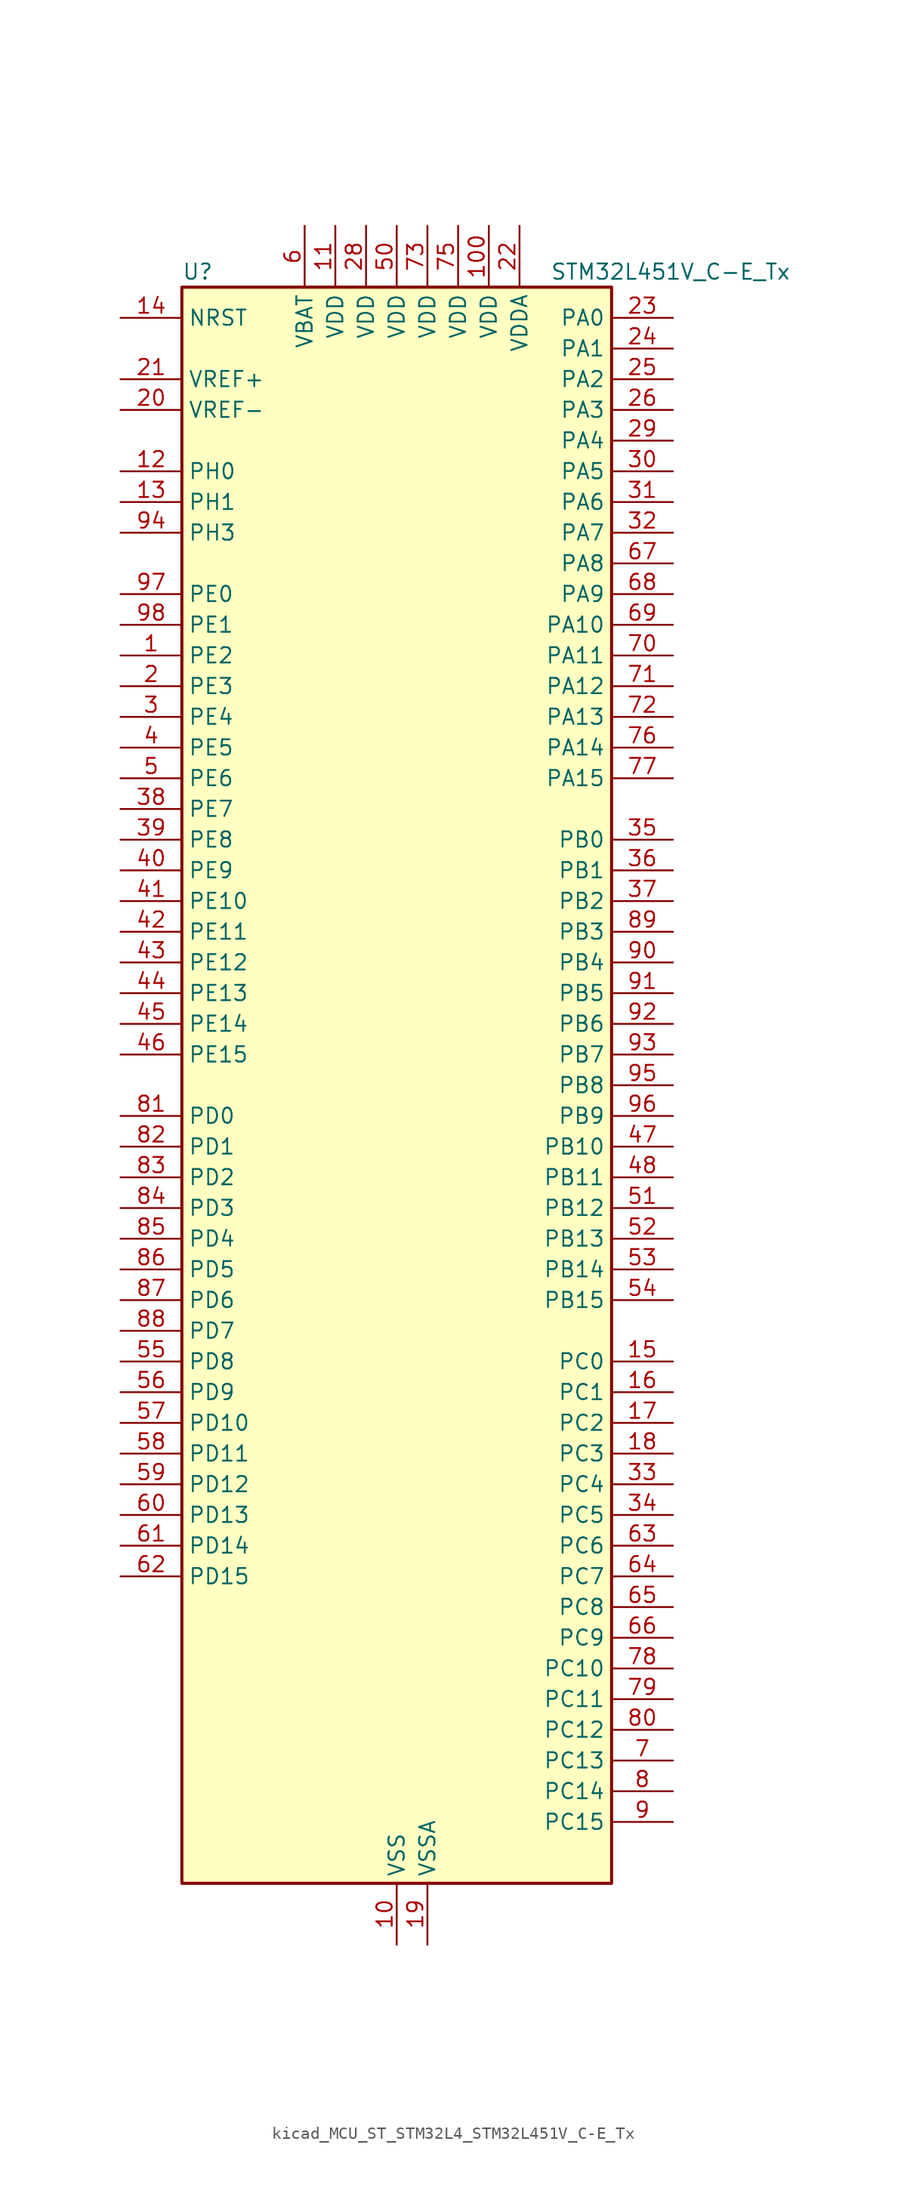
<source format=kicad_sym>
(kicad_symbol_lib
  (version 20220914)
  (generator kicad_symbol_editor)
  (symbol "kicad_MCU_ST_STM32L4_STM32L451V_C-E_Tx"
    (property "Reference" "U"
      (at -17.78 67.31 0)
      (effects (font (size 1.27 1.27)) (justify left)))
    (property "Value" "STM32L451V_C-E_Tx"
      (at 12.7 67.31 0)
      (effects (font (size 1.27 1.27)) (justify left)))
    (property "ki_locked" ""
      (at 0 0 0)
      (effects (font (size 1.27 1.27))))
    (symbol "kicad_MCU_ST_STM32L4_STM32L451V_C-E_Tx_0_1"
      (rectangle (start -17.78 -66.04) (end 17.78 66.04) (stroke (width 0.254) (type default)) (fill (type background))))
    (symbol "kicad_MCU_ST_STM32L4_STM32L451V_C-E_Tx_1_1"
      (pin bidirectional line (at -22.86 35.56 0) (length 5.08) (name "PE2" (effects (font (size 1.27 1.27)))) (number "1" (effects (font (size 1.27 1.27)))) (alternate "SAI1_MCLK_A" bidirectional line) (alternate "SYS_TRACECLK" bidirectional line) (alternate "TIM3_ETR" bidirectional line) (alternate "TSC_G7_IO1" bidirectional line))
      (pin power_in line (at 0 -71.12 90) (length 5.08) (name "VSS" (effects (font (size 1.27 1.27)))) (number "10" (effects (font (size 1.27 1.27)))))
      (pin power_in line (at 7.62 71.12 270) (length 5.08) (name "VDD" (effects (font (size 1.27 1.27)))) (number "100" (effects (font (size 1.27 1.27)))))
      (pin power_in line (at -5.08 71.12 270) (length 5.08) (name "VDD" (effects (font (size 1.27 1.27)))) (number "11" (effects (font (size 1.27 1.27)))))
      (pin bidirectional line (at -22.86 50.8 0) (length 5.08) (name "PH0" (effects (font (size 1.27 1.27)))) (number "12" (effects (font (size 1.27 1.27)))) (alternate "RCC_OSC_IN" bidirectional line))
      (pin bidirectional line (at -22.86 48.26 0) (length 5.08) (name "PH1" (effects (font (size 1.27 1.27)))) (number "13" (effects (font (size 1.27 1.27)))) (alternate "RCC_OSC_OUT" bidirectional line))
      (pin input line (at -22.86 63.5 0) (length 5.08) (name "NRST" (effects (font (size 1.27 1.27)))) (number "14" (effects (font (size 1.27 1.27)))))
      (pin bidirectional line (at 22.86 -22.86 180) (length 5.08) (name "PC0" (effects (font (size 1.27 1.27)))) (number "15" (effects (font (size 1.27 1.27)))) (alternate "ADC1_IN1" bidirectional line) (alternate "I2C3_SCL" bidirectional line) (alternate "I2C4_SCL" bidirectional line) (alternate "LPTIM1_IN1" bidirectional line) (alternate "LPTIM2_IN1" bidirectional line) (alternate "LPUART1_RX" bidirectional line))
      (pin bidirectional line (at 22.86 -25.4 180) (length 5.08) (name "PC1" (effects (font (size 1.27 1.27)))) (number "16" (effects (font (size 1.27 1.27)))) (alternate "ADC1_IN2" bidirectional line) (alternate "I2C3_SDA" bidirectional line) (alternate "I2C4_SDA" bidirectional line) (alternate "LPTIM1_OUT" bidirectional line) (alternate "LPUART1_TX" bidirectional line) (alternate "SYS_TRACED0" bidirectional line))
      (pin bidirectional line (at 22.86 -27.94 180) (length 5.08) (name "PC2" (effects (font (size 1.27 1.27)))) (number "17" (effects (font (size 1.27 1.27)))) (alternate "ADC1_IN3" bidirectional line) (alternate "DFSDM1_CKOUT" bidirectional line) (alternate "LPTIM1_IN2" bidirectional line) (alternate "SPI2_MISO" bidirectional line))
      (pin bidirectional line (at 22.86 -30.48 180) (length 5.08) (name "PC3" (effects (font (size 1.27 1.27)))) (number "18" (effects (font (size 1.27 1.27)))) (alternate "ADC1_IN4" bidirectional line) (alternate "LPTIM1_ETR" bidirectional line) (alternate "LPTIM2_ETR" bidirectional line) (alternate "SAI1_SD_A" bidirectional line) (alternate "SPI2_MOSI" bidirectional line))
      (pin power_in line (at 2.54 -71.12 90) (length 5.08) (name "VSSA" (effects (font (size 1.27 1.27)))) (number "19" (effects (font (size 1.27 1.27)))))
      (pin bidirectional line (at -22.86 33.02 0) (length 5.08) (name "PE3" (effects (font (size 1.27 1.27)))) (number "2" (effects (font (size 1.27 1.27)))) (alternate "SAI1_SD_B" bidirectional line) (alternate "SYS_TRACED0" bidirectional line) (alternate "TIM3_CH1" bidirectional line) (alternate "TSC_G7_IO2" bidirectional line))
      (pin input line (at -22.86 55.88 0) (length 5.08) (name "VREF-" (effects (font (size 1.27 1.27)))) (number "20" (effects (font (size 1.27 1.27)))))
      (pin input line (at -22.86 58.42 0) (length 5.08) (name "VREF+" (effects (font (size 1.27 1.27)))) (number "21" (effects (font (size 1.27 1.27)))) (alternate "VREFBUF_OUT" bidirectional line))
      (pin power_in line (at 10.16 71.12 270) (length 5.08) (name "VDDA" (effects (font (size 1.27 1.27)))) (number "22" (effects (font (size 1.27 1.27)))))
      (pin bidirectional line (at 22.86 63.5 180) (length 5.08) (name "PA0" (effects (font (size 1.27 1.27)))) (number "23" (effects (font (size 1.27 1.27)))) (alternate "ADC1_IN5" bidirectional line) (alternate "COMP1_INM" bidirectional line) (alternate "COMP1_OUT" bidirectional line) (alternate "OPAMP1_VINP" bidirectional line) (alternate "RTC_TAMP2" bidirectional line) (alternate "SAI1_EXTCLK" bidirectional line) (alternate "SYS_WKUP1" bidirectional line) (alternate "TIM2_CH1" bidirectional line) (alternate "TIM2_ETR" bidirectional line) (alternate "UART4_TX" bidirectional line) (alternate "USART2_CTS" bidirectional line))
      (pin bidirectional line (at 22.86 60.96 180) (length 5.08) (name "PA1" (effects (font (size 1.27 1.27)))) (number "24" (effects (font (size 1.27 1.27)))) (alternate "ADC1_IN6" bidirectional line) (alternate "COMP1_INP" bidirectional line) (alternate "I2C1_SMBA" bidirectional line) (alternate "OPAMP1_VINM" bidirectional line) (alternate "SPI1_SCK" bidirectional line) (alternate "TIM15_CH1N" bidirectional line) (alternate "TIM2_CH2" bidirectional line) (alternate "UART4_RX" bidirectional line) (alternate "USART2_DE" bidirectional line) (alternate "USART2_RTS" bidirectional line))
      (pin bidirectional line (at 22.86 58.42 180) (length 5.08) (name "PA2" (effects (font (size 1.27 1.27)))) (number "25" (effects (font (size 1.27 1.27)))) (alternate "ADC1_IN7" bidirectional line) (alternate "COMP2_INM" bidirectional line) (alternate "COMP2_OUT" bidirectional line) (alternate "LPUART1_TX" bidirectional line) (alternate "QUADSPI_BK1_NCS" bidirectional line) (alternate "RCC_LSCO" bidirectional line) (alternate "SYS_WKUP4" bidirectional line) (alternate "TIM15_CH1" bidirectional line) (alternate "TIM2_CH3" bidirectional line) (alternate "USART2_TX" bidirectional line))
      (pin bidirectional line (at 22.86 55.88 180) (length 5.08) (name "PA3" (effects (font (size 1.27 1.27)))) (number "26" (effects (font (size 1.27 1.27)))) (alternate "ADC1_IN8" bidirectional line) (alternate "COMP2_INP" bidirectional line) (alternate "LPUART1_RX" bidirectional line) (alternate "OPAMP1_VOUT" bidirectional line) (alternate "QUADSPI_CLK" bidirectional line) (alternate "SAI1_MCLK_A" bidirectional line) (alternate "TIM15_CH2" bidirectional line) (alternate "TIM2_CH4" bidirectional line) (alternate "USART2_RX" bidirectional line))
      (pin passive line (at 0 -71.12 90) (length 5.08) hide (name "VSS" (effects (font (size 1.27 1.27)))) (number "27" (effects (font (size 1.27 1.27)))))
      (pin power_in line (at -2.54 71.12 270) (length 5.08) (name "VDD" (effects (font (size 1.27 1.27)))) (number "28" (effects (font (size 1.27 1.27)))))
      (pin bidirectional line (at 22.86 53.34 180) (length 5.08) (name "PA4" (effects (font (size 1.27 1.27)))) (number "29" (effects (font (size 1.27 1.27)))) (alternate "ADC1_IN9" bidirectional line) (alternate "COMP1_INM" bidirectional line) (alternate "COMP2_INM" bidirectional line) (alternate "DAC1_OUT1" bidirectional line) (alternate "LPTIM2_OUT" bidirectional line) (alternate "SAI1_FS_B" bidirectional line) (alternate "SPI1_NSS" bidirectional line) (alternate "SPI3_NSS" bidirectional line) (alternate "USART2_CK" bidirectional line))
      (pin bidirectional line (at -22.86 30.48 0) (length 5.08) (name "PE4" (effects (font (size 1.27 1.27)))) (number "3" (effects (font (size 1.27 1.27)))) (alternate "DFSDM1_DATIN3" bidirectional line) (alternate "SAI1_FS_A" bidirectional line) (alternate "SYS_TRACED1" bidirectional line) (alternate "TIM3_CH2" bidirectional line) (alternate "TSC_G7_IO3" bidirectional line))
      (pin bidirectional line (at 22.86 50.8 180) (length 5.08) (name "PA5" (effects (font (size 1.27 1.27)))) (number "30" (effects (font (size 1.27 1.27)))) (alternate "ADC1_IN10" bidirectional line) (alternate "COMP1_INM" bidirectional line) (alternate "COMP2_INM" bidirectional line) (alternate "DFSDM1_CKOUT" bidirectional line) (alternate "LPTIM2_ETR" bidirectional line) (alternate "SPI1_SCK" bidirectional line) (alternate "TIM2_CH1" bidirectional line) (alternate "TIM2_ETR" bidirectional line))
      (pin bidirectional line (at 22.86 48.26 180) (length 5.08) (name "PA6" (effects (font (size 1.27 1.27)))) (number "31" (effects (font (size 1.27 1.27)))) (alternate "ADC1_IN11" bidirectional line) (alternate "COMP1_OUT" bidirectional line) (alternate "LPUART1_CTS" bidirectional line) (alternate "QUADSPI_BK1_IO3" bidirectional line) (alternate "SPI1_MISO" bidirectional line) (alternate "TIM16_CH1" bidirectional line) (alternate "TIM1_BKIN" bidirectional line) (alternate "TIM1_BKIN_COMP2" bidirectional line) (alternate "TIM3_CH1" bidirectional line) (alternate "USART3_CTS" bidirectional line))
      (pin bidirectional line (at 22.86 45.72 180) (length 5.08) (name "PA7" (effects (font (size 1.27 1.27)))) (number "32" (effects (font (size 1.27 1.27)))) (alternate "ADC1_IN12" bidirectional line) (alternate "COMP2_OUT" bidirectional line) (alternate "DFSDM1_DATIN0" bidirectional line) (alternate "I2C3_SCL" bidirectional line) (alternate "QUADSPI_BK1_IO2" bidirectional line) (alternate "SPI1_MOSI" bidirectional line) (alternate "TIM1_CH1N" bidirectional line) (alternate "TIM3_CH2" bidirectional line))
      (pin bidirectional line (at 22.86 -33.02 180) (length 5.08) (name "PC4" (effects (font (size 1.27 1.27)))) (number "33" (effects (font (size 1.27 1.27)))) (alternate "ADC1_IN13" bidirectional line) (alternate "COMP1_INM" bidirectional line) (alternate "USART3_TX" bidirectional line))
      (pin bidirectional line (at 22.86 -35.56 180) (length 5.08) (name "PC5" (effects (font (size 1.27 1.27)))) (number "34" (effects (font (size 1.27 1.27)))) (alternate "ADC1_IN14" bidirectional line) (alternate "COMP1_INP" bidirectional line) (alternate "SYS_WKUP5" bidirectional line) (alternate "USART3_RX" bidirectional line))
      (pin bidirectional line (at 22.86 20.32 180) (length 5.08) (name "PB0" (effects (font (size 1.27 1.27)))) (number "35" (effects (font (size 1.27 1.27)))) (alternate "ADC1_IN15" bidirectional line) (alternate "COMP1_OUT" bidirectional line) (alternate "DFSDM1_CKIN0" bidirectional line) (alternate "QUADSPI_BK1_IO1" bidirectional line) (alternate "SAI1_EXTCLK" bidirectional line) (alternate "SPI1_NSS" bidirectional line) (alternate "TIM1_CH2N" bidirectional line) (alternate "TIM3_CH3" bidirectional line) (alternate "USART3_CK" bidirectional line))
      (pin bidirectional line (at 22.86 17.78 180) (length 5.08) (name "PB1" (effects (font (size 1.27 1.27)))) (number "36" (effects (font (size 1.27 1.27)))) (alternate "ADC1_IN16" bidirectional line) (alternate "COMP1_INM" bidirectional line) (alternate "DFSDM1_DATIN0" bidirectional line) (alternate "LPTIM2_IN1" bidirectional line) (alternate "LPUART1_DE" bidirectional line) (alternate "LPUART1_RTS" bidirectional line) (alternate "QUADSPI_BK1_IO0" bidirectional line) (alternate "TIM1_CH3N" bidirectional line) (alternate "TIM3_CH4" bidirectional line) (alternate "USART3_DE" bidirectional line) (alternate "USART3_RTS" bidirectional line))
      (pin bidirectional line (at 22.86 15.24 180) (length 5.08) (name "PB2" (effects (font (size 1.27 1.27)))) (number "37" (effects (font (size 1.27 1.27)))) (alternate "COMP1_INP" bidirectional line) (alternate "DFSDM1_CKIN0" bidirectional line) (alternate "I2C3_SMBA" bidirectional line) (alternate "LPTIM1_OUT" bidirectional line) (alternate "RTC_OUT_ALARM" bidirectional line) (alternate "RTC_OUT_CALIB" bidirectional line))
      (pin bidirectional line (at -22.86 22.86 0) (length 5.08) (name "PE7" (effects (font (size 1.27 1.27)))) (number "38" (effects (font (size 1.27 1.27)))) (alternate "DFSDM1_DATIN2" bidirectional line) (alternate "SAI1_SD_B" bidirectional line) (alternate "TIM1_ETR" bidirectional line))
      (pin bidirectional line (at -22.86 20.32 0) (length 5.08) (name "PE8" (effects (font (size 1.27 1.27)))) (number "39" (effects (font (size 1.27 1.27)))) (alternate "DFSDM1_CKIN2" bidirectional line) (alternate "SAI1_SCK_B" bidirectional line) (alternate "TIM1_CH1N" bidirectional line))
      (pin bidirectional line (at -22.86 27.94 0) (length 5.08) (name "PE5" (effects (font (size 1.27 1.27)))) (number "4" (effects (font (size 1.27 1.27)))) (alternate "DFSDM1_CKIN3" bidirectional line) (alternate "SAI1_SCK_A" bidirectional line) (alternate "SYS_TRACED2" bidirectional line) (alternate "TIM3_CH3" bidirectional line) (alternate "TSC_G7_IO4" bidirectional line))
      (pin bidirectional line (at -22.86 17.78 0) (length 5.08) (name "PE9" (effects (font (size 1.27 1.27)))) (number "40" (effects (font (size 1.27 1.27)))) (alternate "DAC1_EXTI9" bidirectional line) (alternate "DFSDM1_CKOUT" bidirectional line) (alternate "SAI1_FS_B" bidirectional line) (alternate "TIM1_CH1" bidirectional line))
      (pin bidirectional line (at -22.86 15.24 0) (length 5.08) (name "PE10" (effects (font (size 1.27 1.27)))) (number "41" (effects (font (size 1.27 1.27)))) (alternate "QUADSPI_CLK" bidirectional line) (alternate "SAI1_MCLK_B" bidirectional line) (alternate "TIM1_CH2N" bidirectional line) (alternate "TSC_G5_IO1" bidirectional line))
      (pin bidirectional line (at -22.86 12.7 0) (length 5.08) (name "PE11" (effects (font (size 1.27 1.27)))) (number "42" (effects (font (size 1.27 1.27)))) (alternate "ADC1_EXTI11" bidirectional line) (alternate "QUADSPI_BK1_NCS" bidirectional line) (alternate "TIM1_CH2" bidirectional line) (alternate "TSC_G5_IO2" bidirectional line))
      (pin bidirectional line (at -22.86 10.16 0) (length 5.08) (name "PE12" (effects (font (size 1.27 1.27)))) (number "43" (effects (font (size 1.27 1.27)))) (alternate "QUADSPI_BK1_IO0" bidirectional line) (alternate "SPI1_NSS" bidirectional line) (alternate "TIM1_CH3N" bidirectional line) (alternate "TSC_G5_IO3" bidirectional line))
      (pin bidirectional line (at -22.86 7.62 0) (length 5.08) (name "PE13" (effects (font (size 1.27 1.27)))) (number "44" (effects (font (size 1.27 1.27)))) (alternate "QUADSPI_BK1_IO1" bidirectional line) (alternate "SPI1_SCK" bidirectional line) (alternate "TIM1_CH3" bidirectional line) (alternate "TSC_G5_IO4" bidirectional line))
      (pin bidirectional line (at -22.86 5.08 0) (length 5.08) (name "PE14" (effects (font (size 1.27 1.27)))) (number "45" (effects (font (size 1.27 1.27)))) (alternate "QUADSPI_BK1_IO2" bidirectional line) (alternate "SPI1_MISO" bidirectional line) (alternate "TIM1_BKIN2" bidirectional line) (alternate "TIM1_BKIN2_COMP2" bidirectional line) (alternate "TIM1_CH4" bidirectional line))
      (pin bidirectional line (at -22.86 2.54 0) (length 5.08) (name "PE15" (effects (font (size 1.27 1.27)))) (number "46" (effects (font (size 1.27 1.27)))) (alternate "ADC1_EXTI15" bidirectional line) (alternate "QUADSPI_BK1_IO3" bidirectional line) (alternate "SPI1_MOSI" bidirectional line) (alternate "TIM1_BKIN" bidirectional line) (alternate "TIM1_BKIN_COMP1" bidirectional line))
      (pin bidirectional line (at 22.86 -5.08 180) (length 5.08) (name "PB10" (effects (font (size 1.27 1.27)))) (number "47" (effects (font (size 1.27 1.27)))) (alternate "COMP1_OUT" bidirectional line) (alternate "I2C2_SCL" bidirectional line) (alternate "I2C4_SCL" bidirectional line) (alternate "LPUART1_RX" bidirectional line) (alternate "QUADSPI_CLK" bidirectional line) (alternate "SAI1_SCK_A" bidirectional line) (alternate "SPI2_SCK" bidirectional line) (alternate "TIM2_CH3" bidirectional line) (alternate "TSC_SYNC" bidirectional line) (alternate "USART3_TX" bidirectional line))
      (pin bidirectional line (at 22.86 -7.62 180) (length 5.08) (name "PB11" (effects (font (size 1.27 1.27)))) (number "48" (effects (font (size 1.27 1.27)))) (alternate "ADC1_EXTI11" bidirectional line) (alternate "COMP2_OUT" bidirectional line) (alternate "I2C2_SDA" bidirectional line) (alternate "I2C4_SDA" bidirectional line) (alternate "LPUART1_TX" bidirectional line) (alternate "QUADSPI_BK1_NCS" bidirectional line) (alternate "TIM2_CH4" bidirectional line) (alternate "USART3_RX" bidirectional line))
      (pin passive line (at 0 -71.12 90) (length 5.08) hide (name "VSS" (effects (font (size 1.27 1.27)))) (number "49" (effects (font (size 1.27 1.27)))))
      (pin bidirectional line (at -22.86 25.4 0) (length 5.08) (name "PE6" (effects (font (size 1.27 1.27)))) (number "5" (effects (font (size 1.27 1.27)))) (alternate "RTC_TAMP3" bidirectional line) (alternate "SAI1_SD_A" bidirectional line) (alternate "SYS_TRACED3" bidirectional line) (alternate "SYS_WKUP3" bidirectional line) (alternate "TIM3_CH4" bidirectional line))
      (pin power_in line (at 0 71.12 270) (length 5.08) (name "VDD" (effects (font (size 1.27 1.27)))) (number "50" (effects (font (size 1.27 1.27)))))
      (pin bidirectional line (at 22.86 -10.16 180) (length 5.08) (name "PB12" (effects (font (size 1.27 1.27)))) (number "51" (effects (font (size 1.27 1.27)))) (alternate "CAN1_RX" bidirectional line) (alternate "DFSDM1_DATIN1" bidirectional line) (alternate "I2C2_SMBA" bidirectional line) (alternate "LPUART1_DE" bidirectional line) (alternate "LPUART1_RTS" bidirectional line) (alternate "SAI1_FS_A" bidirectional line) (alternate "SPI2_NSS" bidirectional line) (alternate "TIM15_BKIN" bidirectional line) (alternate "TIM1_BKIN" bidirectional line) (alternate "TIM1_BKIN_COMP2" bidirectional line) (alternate "TSC_G1_IO1" bidirectional line) (alternate "USART3_CK" bidirectional line))
      (pin bidirectional line (at 22.86 -12.7 180) (length 5.08) (name "PB13" (effects (font (size 1.27 1.27)))) (number "52" (effects (font (size 1.27 1.27)))) (alternate "CAN1_TX" bidirectional line) (alternate "DFSDM1_CKIN1" bidirectional line) (alternate "I2C2_SCL" bidirectional line) (alternate "LPUART1_CTS" bidirectional line) (alternate "SAI1_SCK_A" bidirectional line) (alternate "SPI2_SCK" bidirectional line) (alternate "TIM15_CH1N" bidirectional line) (alternate "TIM1_CH1N" bidirectional line) (alternate "TSC_G1_IO2" bidirectional line) (alternate "USART3_CTS" bidirectional line))
      (pin bidirectional line (at 22.86 -15.24 180) (length 5.08) (name "PB14" (effects (font (size 1.27 1.27)))) (number "53" (effects (font (size 1.27 1.27)))) (alternate "DFSDM1_DATIN2" bidirectional line) (alternate "I2C2_SDA" bidirectional line) (alternate "SAI1_MCLK_A" bidirectional line) (alternate "SPI2_MISO" bidirectional line) (alternate "TIM15_CH1" bidirectional line) (alternate "TIM1_CH2N" bidirectional line) (alternate "TSC_G1_IO3" bidirectional line) (alternate "USART3_DE" bidirectional line) (alternate "USART3_RTS" bidirectional line))
      (pin bidirectional line (at 22.86 -17.78 180) (length 5.08) (name "PB15" (effects (font (size 1.27 1.27)))) (number "54" (effects (font (size 1.27 1.27)))) (alternate "ADC1_EXTI15" bidirectional line) (alternate "DFSDM1_CKIN2" bidirectional line) (alternate "RTC_REFIN" bidirectional line) (alternate "SAI1_SD_A" bidirectional line) (alternate "SPI2_MOSI" bidirectional line) (alternate "TIM15_CH2" bidirectional line) (alternate "TIM1_CH3N" bidirectional line) (alternate "TSC_G1_IO4" bidirectional line))
      (pin bidirectional line (at -22.86 -22.86 0) (length 5.08) (name "PD8" (effects (font (size 1.27 1.27)))) (number "55" (effects (font (size 1.27 1.27)))) (alternate "USART3_TX" bidirectional line))
      (pin bidirectional line (at -22.86 -25.4 0) (length 5.08) (name "PD9" (effects (font (size 1.27 1.27)))) (number "56" (effects (font (size 1.27 1.27)))) (alternate "DAC1_EXTI9" bidirectional line) (alternate "USART3_RX" bidirectional line))
      (pin bidirectional line (at -22.86 -27.94 0) (length 5.08) (name "PD10" (effects (font (size 1.27 1.27)))) (number "57" (effects (font (size 1.27 1.27)))) (alternate "TSC_G6_IO1" bidirectional line) (alternate "USART3_CK" bidirectional line))
      (pin bidirectional line (at -22.86 -30.48 0) (length 5.08) (name "PD11" (effects (font (size 1.27 1.27)))) (number "58" (effects (font (size 1.27 1.27)))) (alternate "ADC1_EXTI11" bidirectional line) (alternate "I2C4_SMBA" bidirectional line) (alternate "LPTIM2_ETR" bidirectional line) (alternate "TSC_G6_IO2" bidirectional line) (alternate "USART3_CTS" bidirectional line))
      (pin bidirectional line (at -22.86 -33.02 0) (length 5.08) (name "PD12" (effects (font (size 1.27 1.27)))) (number "59" (effects (font (size 1.27 1.27)))) (alternate "I2C4_SCL" bidirectional line) (alternate "LPTIM2_IN1" bidirectional line) (alternate "TSC_G6_IO3" bidirectional line) (alternate "USART3_DE" bidirectional line) (alternate "USART3_RTS" bidirectional line))
      (pin power_in line (at -7.62 71.12 270) (length 5.08) (name "VBAT" (effects (font (size 1.27 1.27)))) (number "6" (effects (font (size 1.27 1.27)))))
      (pin bidirectional line (at -22.86 -35.56 0) (length 5.08) (name "PD13" (effects (font (size 1.27 1.27)))) (number "60" (effects (font (size 1.27 1.27)))) (alternate "I2C4_SDA" bidirectional line) (alternate "LPTIM2_OUT" bidirectional line) (alternate "TSC_G6_IO4" bidirectional line))
      (pin bidirectional line (at -22.86 -38.1 0) (length 5.08) (name "PD14" (effects (font (size 1.27 1.27)))) (number "61" (effects (font (size 1.27 1.27)))))
      (pin bidirectional line (at -22.86 -40.64 0) (length 5.08) (name "PD15" (effects (font (size 1.27 1.27)))) (number "62" (effects (font (size 1.27 1.27)))) (alternate "ADC1_EXTI15" bidirectional line))
      (pin bidirectional line (at 22.86 -38.1 180) (length 5.08) (name "PC6" (effects (font (size 1.27 1.27)))) (number "63" (effects (font (size 1.27 1.27)))) (alternate "DFSDM1_CKIN3" bidirectional line) (alternate "SDMMC1_D6" bidirectional line) (alternate "TIM3_CH1" bidirectional line) (alternate "TSC_G4_IO1" bidirectional line))
      (pin bidirectional line (at 22.86 -40.64 180) (length 5.08) (name "PC7" (effects (font (size 1.27 1.27)))) (number "64" (effects (font (size 1.27 1.27)))) (alternate "DFSDM1_DATIN3" bidirectional line) (alternate "SDMMC1_D7" bidirectional line) (alternate "TIM3_CH2" bidirectional line) (alternate "TSC_G4_IO2" bidirectional line))
      (pin bidirectional line (at 22.86 -43.18 180) (length 5.08) (name "PC8" (effects (font (size 1.27 1.27)))) (number "65" (effects (font (size 1.27 1.27)))) (alternate "SDMMC1_D0" bidirectional line) (alternate "TIM3_CH3" bidirectional line) (alternate "TSC_G4_IO3" bidirectional line))
      (pin bidirectional line (at 22.86 -45.72 180) (length 5.08) (name "PC9" (effects (font (size 1.27 1.27)))) (number "66" (effects (font (size 1.27 1.27)))) (alternate "DAC1_EXTI9" bidirectional line) (alternate "SDMMC1_D1" bidirectional line) (alternate "TIM3_CH4" bidirectional line) (alternate "TSC_G4_IO4" bidirectional line))
      (pin bidirectional line (at 22.86 43.18 180) (length 5.08) (name "PA8" (effects (font (size 1.27 1.27)))) (number "67" (effects (font (size 1.27 1.27)))) (alternate "DFSDM1_CKIN1" bidirectional line) (alternate "LPTIM2_OUT" bidirectional line) (alternate "RCC_MCO" bidirectional line) (alternate "SAI1_SCK_A" bidirectional line) (alternate "TIM1_CH1" bidirectional line) (alternate "USART1_CK" bidirectional line))
      (pin bidirectional line (at 22.86 40.64 180) (length 5.08) (name "PA9" (effects (font (size 1.27 1.27)))) (number "68" (effects (font (size 1.27 1.27)))) (alternate "DAC1_EXTI9" bidirectional line) (alternate "DFSDM1_DATIN1" bidirectional line) (alternate "I2C1_SCL" bidirectional line) (alternate "SAI1_FS_A" bidirectional line) (alternate "TIM15_BKIN" bidirectional line) (alternate "TIM1_CH2" bidirectional line) (alternate "USART1_TX" bidirectional line))
      (pin bidirectional line (at 22.86 38.1 180) (length 5.08) (name "PA10" (effects (font (size 1.27 1.27)))) (number "69" (effects (font (size 1.27 1.27)))) (alternate "I2C1_SDA" bidirectional line) (alternate "SAI1_SD_A" bidirectional line) (alternate "TIM1_CH3" bidirectional line) (alternate "USART1_RX" bidirectional line))
      (pin bidirectional line (at 22.86 -55.88 180) (length 5.08) (name "PC13" (effects (font (size 1.27 1.27)))) (number "7" (effects (font (size 1.27 1.27)))) (alternate "RTC_OUT_ALARM" bidirectional line) (alternate "RTC_OUT_CALIB" bidirectional line) (alternate "RTC_TAMP1" bidirectional line) (alternate "RTC_TS" bidirectional line) (alternate "SYS_WKUP2" bidirectional line))
      (pin bidirectional line (at 22.86 35.56 180) (length 5.08) (name "PA11" (effects (font (size 1.27 1.27)))) (number "70" (effects (font (size 1.27 1.27)))) (alternate "ADC1_EXTI11" bidirectional line) (alternate "CAN1_RX" bidirectional line) (alternate "COMP1_OUT" bidirectional line) (alternate "SPI1_MISO" bidirectional line) (alternate "TIM1_BKIN2" bidirectional line) (alternate "TIM1_BKIN2_COMP1" bidirectional line) (alternate "TIM1_CH4" bidirectional line) (alternate "USART1_CTS" bidirectional line))
      (pin bidirectional line (at 22.86 33.02 180) (length 5.08) (name "PA12" (effects (font (size 1.27 1.27)))) (number "71" (effects (font (size 1.27 1.27)))) (alternate "CAN1_TX" bidirectional line) (alternate "SPI1_MOSI" bidirectional line) (alternate "TIM1_ETR" bidirectional line) (alternate "USART1_DE" bidirectional line) (alternate "USART1_RTS" bidirectional line))
      (pin bidirectional line (at 22.86 30.48 180) (length 5.08) (name "PA13" (effects (font (size 1.27 1.27)))) (number "72" (effects (font (size 1.27 1.27)))) (alternate "IR_OUT" bidirectional line) (alternate "SAI1_SD_B" bidirectional line) (alternate "SYS_JTMS-SWDIO" bidirectional line))
      (pin power_in line (at 2.54 71.12 270) (length 5.08) (name "VDD" (effects (font (size 1.27 1.27)))) (number "73" (effects (font (size 1.27 1.27)))))
      (pin passive line (at 0 -71.12 90) (length 5.08) hide (name "VSS" (effects (font (size 1.27 1.27)))) (number "74" (effects (font (size 1.27 1.27)))))
      (pin power_in line (at 5.08 71.12 270) (length 5.08) (name "VDD" (effects (font (size 1.27 1.27)))) (number "75" (effects (font (size 1.27 1.27)))))
      (pin bidirectional line (at 22.86 27.94 180) (length 5.08) (name "PA14" (effects (font (size 1.27 1.27)))) (number "76" (effects (font (size 1.27 1.27)))) (alternate "I2C1_SMBA" bidirectional line) (alternate "I2C4_SMBA" bidirectional line) (alternate "LPTIM1_OUT" bidirectional line) (alternate "SAI1_FS_B" bidirectional line) (alternate "SYS_JTCK-SWCLK" bidirectional line))
      (pin bidirectional line (at 22.86 25.4 180) (length 5.08) (name "PA15" (effects (font (size 1.27 1.27)))) (number "77" (effects (font (size 1.27 1.27)))) (alternate "ADC1_EXTI15" bidirectional line) (alternate "SPI1_NSS" bidirectional line) (alternate "SPI3_NSS" bidirectional line) (alternate "SYS_JTDI" bidirectional line) (alternate "TIM2_CH1" bidirectional line) (alternate "TIM2_ETR" bidirectional line) (alternate "TSC_G3_IO1" bidirectional line) (alternate "UART4_DE" bidirectional line) (alternate "UART4_RTS" bidirectional line) (alternate "USART2_RX" bidirectional line) (alternate "USART3_DE" bidirectional line) (alternate "USART3_RTS" bidirectional line))
      (pin bidirectional line (at 22.86 -48.26 180) (length 5.08) (name "PC10" (effects (font (size 1.27 1.27)))) (number "78" (effects (font (size 1.27 1.27)))) (alternate "SDMMC1_D2" bidirectional line) (alternate "SPI3_SCK" bidirectional line) (alternate "SYS_TRACED1" bidirectional line) (alternate "TSC_G3_IO2" bidirectional line) (alternate "UART4_TX" bidirectional line) (alternate "USART3_TX" bidirectional line))
      (pin bidirectional line (at 22.86 -50.8 180) (length 5.08) (name "PC11" (effects (font (size 1.27 1.27)))) (number "79" (effects (font (size 1.27 1.27)))) (alternate "ADC1_EXTI11" bidirectional line) (alternate "SDMMC1_D3" bidirectional line) (alternate "SPI3_MISO" bidirectional line) (alternate "TSC_G3_IO3" bidirectional line) (alternate "UART4_RX" bidirectional line) (alternate "USART3_RX" bidirectional line))
      (pin bidirectional line (at 22.86 -58.42 180) (length 5.08) (name "PC14" (effects (font (size 1.27 1.27)))) (number "8" (effects (font (size 1.27 1.27)))) (alternate "RCC_OSC32_IN" bidirectional line))
      (pin bidirectional line (at 22.86 -53.34 180) (length 5.08) (name "PC12" (effects (font (size 1.27 1.27)))) (number "80" (effects (font (size 1.27 1.27)))) (alternate "SDMMC1_CK" bidirectional line) (alternate "SPI3_MOSI" bidirectional line) (alternate "SYS_TRACED3" bidirectional line) (alternate "TSC_G3_IO4" bidirectional line) (alternate "USART3_CK" bidirectional line))
      (pin bidirectional line (at -22.86 -2.54 0) (length 5.08) (name "PD0" (effects (font (size 1.27 1.27)))) (number "81" (effects (font (size 1.27 1.27)))) (alternate "CAN1_RX" bidirectional line) (alternate "SPI2_NSS" bidirectional line))
      (pin bidirectional line (at -22.86 -5.08 0) (length 5.08) (name "PD1" (effects (font (size 1.27 1.27)))) (number "82" (effects (font (size 1.27 1.27)))) (alternate "CAN1_TX" bidirectional line) (alternate "SPI2_SCK" bidirectional line))
      (pin bidirectional line (at -22.86 -7.62 0) (length 5.08) (name "PD2" (effects (font (size 1.27 1.27)))) (number "83" (effects (font (size 1.27 1.27)))) (alternate "SDMMC1_CMD" bidirectional line) (alternate "SYS_TRACED2" bidirectional line) (alternate "TIM3_ETR" bidirectional line) (alternate "TSC_SYNC" bidirectional line) (alternate "USART3_DE" bidirectional line) (alternate "USART3_RTS" bidirectional line))
      (pin bidirectional line (at -22.86 -10.16 0) (length 5.08) (name "PD3" (effects (font (size 1.27 1.27)))) (number "84" (effects (font (size 1.27 1.27)))) (alternate "DFSDM1_DATIN0" bidirectional line) (alternate "QUADSPI_BK2_NCS" bidirectional line) (alternate "SPI2_MISO" bidirectional line) (alternate "USART2_CTS" bidirectional line))
      (pin bidirectional line (at -22.86 -12.7 0) (length 5.08) (name "PD4" (effects (font (size 1.27 1.27)))) (number "85" (effects (font (size 1.27 1.27)))) (alternate "DFSDM1_CKIN0" bidirectional line) (alternate "QUADSPI_BK2_IO0" bidirectional line) (alternate "SPI2_MOSI" bidirectional line) (alternate "USART2_DE" bidirectional line) (alternate "USART2_RTS" bidirectional line))
      (pin bidirectional line (at -22.86 -15.24 0) (length 5.08) (name "PD5" (effects (font (size 1.27 1.27)))) (number "86" (effects (font (size 1.27 1.27)))) (alternate "QUADSPI_BK2_IO1" bidirectional line) (alternate "USART2_TX" bidirectional line))
      (pin bidirectional line (at -22.86 -17.78 0) (length 5.08) (name "PD6" (effects (font (size 1.27 1.27)))) (number "87" (effects (font (size 1.27 1.27)))) (alternate "DFSDM1_DATIN1" bidirectional line) (alternate "QUADSPI_BK2_IO2" bidirectional line) (alternate "SAI1_SD_A" bidirectional line) (alternate "USART2_RX" bidirectional line))
      (pin bidirectional line (at -22.86 -20.32 0) (length 5.08) (name "PD7" (effects (font (size 1.27 1.27)))) (number "88" (effects (font (size 1.27 1.27)))) (alternate "DFSDM1_CKIN1" bidirectional line) (alternate "QUADSPI_BK2_IO3" bidirectional line) (alternate "USART2_CK" bidirectional line))
      (pin bidirectional line (at 22.86 12.7 180) (length 5.08) (name "PB3" (effects (font (size 1.27 1.27)))) (number "89" (effects (font (size 1.27 1.27)))) (alternate "COMP2_INM" bidirectional line) (alternate "SAI1_SCK_B" bidirectional line) (alternate "SPI1_SCK" bidirectional line) (alternate "SPI3_SCK" bidirectional line) (alternate "SYS_JTDO-SWO" bidirectional line) (alternate "TIM2_CH2" bidirectional line) (alternate "USART1_DE" bidirectional line) (alternate "USART1_RTS" bidirectional line))
      (pin bidirectional line (at 22.86 -60.96 180) (length 5.08) (name "PC15" (effects (font (size 1.27 1.27)))) (number "9" (effects (font (size 1.27 1.27)))) (alternate "ADC1_EXTI15" bidirectional line) (alternate "RCC_OSC32_OUT" bidirectional line))
      (pin bidirectional line (at 22.86 10.16 180) (length 5.08) (name "PB4" (effects (font (size 1.27 1.27)))) (number "90" (effects (font (size 1.27 1.27)))) (alternate "COMP2_INP" bidirectional line) (alternate "I2C3_SDA" bidirectional line) (alternate "SAI1_MCLK_B" bidirectional line) (alternate "SPI1_MISO" bidirectional line) (alternate "SPI3_MISO" bidirectional line) (alternate "SYS_JTRST" bidirectional line) (alternate "TIM3_CH1" bidirectional line) (alternate "TSC_G2_IO1" bidirectional line) (alternate "USART1_CTS" bidirectional line))
      (pin bidirectional line (at 22.86 7.62 180) (length 5.08) (name "PB5" (effects (font (size 1.27 1.27)))) (number "91" (effects (font (size 1.27 1.27)))) (alternate "CAN1_RX" bidirectional line) (alternate "COMP2_OUT" bidirectional line) (alternate "I2C1_SMBA" bidirectional line) (alternate "LPTIM1_IN1" bidirectional line) (alternate "SAI1_SD_B" bidirectional line) (alternate "SPI1_MOSI" bidirectional line) (alternate "SPI3_MOSI" bidirectional line) (alternate "TIM16_BKIN" bidirectional line) (alternate "TIM3_CH2" bidirectional line) (alternate "TSC_G2_IO2" bidirectional line) (alternate "USART1_CK" bidirectional line))
      (pin bidirectional line (at 22.86 5.08 180) (length 5.08) (name "PB6" (effects (font (size 1.27 1.27)))) (number "92" (effects (font (size 1.27 1.27)))) (alternate "CAN1_TX" bidirectional line) (alternate "COMP2_INP" bidirectional line) (alternate "I2C1_SCL" bidirectional line) (alternate "I2C4_SCL" bidirectional line) (alternate "LPTIM1_ETR" bidirectional line) (alternate "SAI1_FS_B" bidirectional line) (alternate "TIM16_CH1N" bidirectional line) (alternate "TSC_G2_IO3" bidirectional line) (alternate "USART1_TX" bidirectional line))
      (pin bidirectional line (at 22.86 2.54 180) (length 5.08) (name "PB7" (effects (font (size 1.27 1.27)))) (number "93" (effects (font (size 1.27 1.27)))) (alternate "COMP2_INM" bidirectional line) (alternate "I2C1_SDA" bidirectional line) (alternate "I2C4_SDA" bidirectional line) (alternate "LPTIM1_IN2" bidirectional line) (alternate "SYS_PVD_IN" bidirectional line) (alternate "TSC_G2_IO4" bidirectional line) (alternate "UART4_CTS" bidirectional line) (alternate "USART1_RX" bidirectional line))
      (pin bidirectional line (at -22.86 45.72 0) (length 5.08) (name "PH3" (effects (font (size 1.27 1.27)))) (number "94" (effects (font (size 1.27 1.27)))))
      (pin bidirectional line (at 22.86 0 180) (length 5.08) (name "PB8" (effects (font (size 1.27 1.27)))) (number "95" (effects (font (size 1.27 1.27)))) (alternate "CAN1_RX" bidirectional line) (alternate "I2C1_SCL" bidirectional line) (alternate "SAI1_MCLK_A" bidirectional line) (alternate "SDMMC1_D4" bidirectional line) (alternate "TIM16_CH1" bidirectional line))
      (pin bidirectional line (at 22.86 -2.54 180) (length 5.08) (name "PB9" (effects (font (size 1.27 1.27)))) (number "96" (effects (font (size 1.27 1.27)))) (alternate "CAN1_TX" bidirectional line) (alternate "DAC1_EXTI9" bidirectional line) (alternate "I2C1_SDA" bidirectional line) (alternate "IR_OUT" bidirectional line) (alternate "SAI1_FS_A" bidirectional line) (alternate "SDMMC1_D5" bidirectional line) (alternate "SPI2_NSS" bidirectional line))
      (pin bidirectional line (at -22.86 40.64 0) (length 5.08) (name "PE0" (effects (font (size 1.27 1.27)))) (number "97" (effects (font (size 1.27 1.27)))) (alternate "TIM16_CH1" bidirectional line))
      (pin bidirectional line (at -22.86 38.1 0) (length 5.08) (name "PE1" (effects (font (size 1.27 1.27)))) (number "98" (effects (font (size 1.27 1.27)))))
      (pin passive line (at 0 -71.12 90) (length 5.08) hide (name "VSS" (effects (font (size 1.27 1.27)))) (number "99" (effects (font (size 1.27 1.27))))))))
</source>
